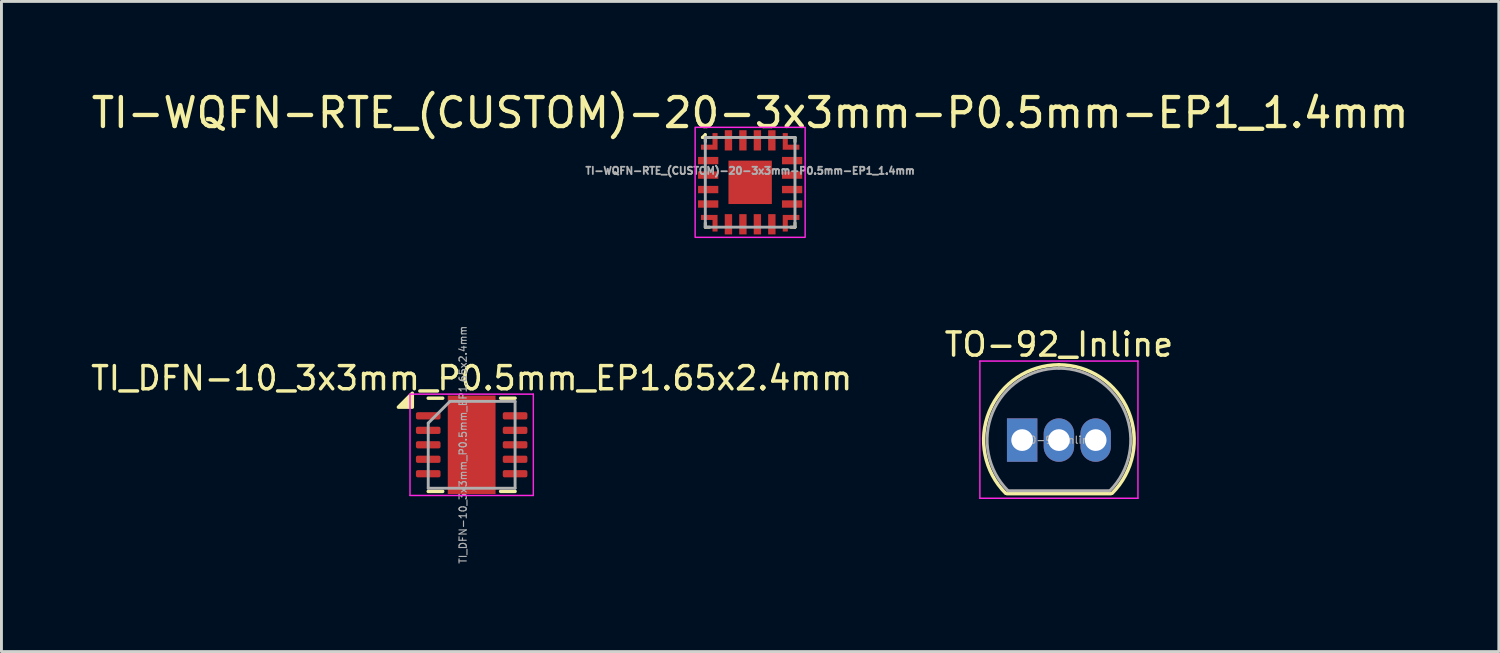
<source format=kicad_pcb>
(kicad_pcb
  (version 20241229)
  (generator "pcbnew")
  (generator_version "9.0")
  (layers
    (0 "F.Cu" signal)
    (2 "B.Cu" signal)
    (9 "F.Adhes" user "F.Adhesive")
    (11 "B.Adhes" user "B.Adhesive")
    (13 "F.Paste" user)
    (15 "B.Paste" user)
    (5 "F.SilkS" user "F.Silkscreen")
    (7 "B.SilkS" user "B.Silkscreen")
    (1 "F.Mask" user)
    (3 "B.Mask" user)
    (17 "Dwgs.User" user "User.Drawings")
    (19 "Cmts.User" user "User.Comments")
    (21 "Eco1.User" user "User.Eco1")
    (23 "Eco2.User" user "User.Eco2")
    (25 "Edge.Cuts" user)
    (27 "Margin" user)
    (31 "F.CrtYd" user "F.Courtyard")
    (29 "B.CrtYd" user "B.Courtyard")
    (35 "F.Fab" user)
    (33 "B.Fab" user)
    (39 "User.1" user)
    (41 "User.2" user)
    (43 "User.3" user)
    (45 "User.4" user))
  (footprint "TO-92_Inline"
    (layer "F.Cu")
    (at 33.529 12.152)
    (property "Reference" "TO-92_Inline" (at 0 -3.3 0) (layer "F.SilkS") (effects (font (size 0.8 0.8) (thickness 0.12))))
    (attr through_hole)
    (fp_line (start -1.8 1.85) (end 1.8 1.85) (stroke (width 0.12) (type solid)) (layer "F.SilkS"))
    (fp_arc (start -1.838478 1.838478) (mid -2.402087 -0.994977) (end 0 -2.6) (stroke (width 0.12) (type solid)) (layer "F.SilkS"))
    (fp_arc (start 0 -2.6) (mid 2.402087 -0.994977) (end 1.838478 1.838478) (stroke (width 0.12) (type solid)) (layer "F.SilkS"))
    (fp_line (start -2.73 -2.73) (end -2.73 2.01) (stroke (width 0.05) (type solid)) (layer "F.CrtYd"))
    (fp_line (start -2.73 -2.73) (end 2.73 -2.73) (stroke (width 0.05) (type solid)) (layer "F.CrtYd"))
    (fp_line (start 2.73 2.01) (end -2.73 2.01) (stroke (width 0.05) (type solid)) (layer "F.CrtYd"))
    (fp_line (start 2.73 2.01) (end 2.73 -2.73) (stroke (width 0.05) (type solid)) (layer "F.CrtYd"))
    (fp_line (start -1.77 1.75) (end 1.73 1.75) (stroke (width 0.1) (type solid)) (layer "F.Fab"))
    (fp_arc (start -1.753625 1.753625) (mid -2.291221 -0.949055) (end 0 -2.48) (stroke (width 0.1) (type solid)) (layer "F.Fab"))
    (fp_arc (start 0 -2.48) (mid 2.291221 -0.949055) (end 1.753625 1.753625) (stroke (width 0.1) (type solid)) (layer "F.Fab"))
    (fp_text user "${REFERENCE}" (at 0 0 0) (layer "F.Fab") (effects (font (size 0.25 0.25) (thickness 0.04))))
    (pad "1" thru_hole rect (at -1.27 0) (size 1.05 1.5) (drill 0.75) (layers "*.Cu" "*.Mask"))
    (pad "2" thru_hole oval (at 0 0) (size 1.05 1.5) (drill 0.75) (layers "*.Cu" "*.Mask"))
    (pad "3" thru_hole oval (at 1.27 0) (size 1.05 1.5) (drill 0.75) (layers "*.Cu" "*.Mask")))
  (footprint "TI_DFN-10_3x3mm_P0.5mm_EP1.65x2.4mm"
    (layer "F.Cu")
    (at 13.243 12.315)
    (property "Reference" "TI_DFN-10_3x3mm_P0.5mm_EP1.65x2.4mm" (at 0 -2.3 0) (layer "F.SilkS") (effects (font (size 0.8 0.8) (thickness 0.12))))
    (attr smd)
    (fp_line (start -1.5 -1.61) (end -1 -1.61) (stroke (width 0.12) (type solid)) (layer "F.SilkS"))
    (fp_line (start -1.5 1.61) (end -1 1.61) (stroke (width 0.12) (type solid)) (layer "F.SilkS"))
    (fp_line (start 1 -1.61) (end 1.5 -1.61) (stroke (width 0.12) (type solid)) (layer "F.SilkS"))
    (fp_line (start 1 1.61) (end 1.5 1.61) (stroke (width 0.12) (type solid)) (layer "F.SilkS"))
    (fp_poly (pts (xy -2.05 -1.3) (xy -2.53 -1.3) (xy -2.05 -1.78) (xy -2.05 -1.3)) (stroke (width 0.12) (type solid)) (fill yes) (layer "F.SilkS"))
    (fp_line (start -2.13 -1.75) (end -2.13 1.75) (stroke (width 0.05) (type solid)) (layer "F.CrtYd"))
    (fp_line (start -2.13 1.75) (end 2.13 1.75) (stroke (width 0.05) (type solid)) (layer "F.CrtYd"))
    (fp_line (start 2.13 -1.75) (end -2.13 -1.75) (stroke (width 0.05) (type solid)) (layer "F.CrtYd"))
    (fp_line (start 2.13 1.75) (end 2.13 -1.75) (stroke (width 0.05) (type solid)) (layer "F.CrtYd"))
    (fp_line (start -1.5 -0.75) (end -0.75 -1.5) (stroke (width 0.1) (type solid)) (layer "F.Fab"))
    (fp_line (start -1.5 1.5) (end -1.5 -0.75) (stroke (width 0.1) (type solid)) (layer "F.Fab"))
    (fp_line (start -0.75 -1.5) (end 1.5 -1.5) (stroke (width 0.1) (type solid)) (layer "F.Fab"))
    (fp_line (start 1.5 -1.5) (end 1.5 1.5) (stroke (width 0.1) (type solid)) (layer "F.Fab"))
    (fp_line (start 1.5 1.5) (end -1.5 1.5) (stroke (width 0.1) (type solid)) (layer "F.Fab"))
    (fp_text user "${REFERENCE}" (at -0.3 0 90) (layer "F.Fab") (effects (font (size 0.25 0.25) (thickness 0.04))))
    (pad "" smd roundrect (at -0.41 -0.595) (size 0.67 0.96) (layers "F.Paste") (roundrect_rratio 0.25))
    (pad "" smd roundrect (at -0.41 0.595) (size 0.67 0.96) (layers "F.Paste") (roundrect_rratio 0.25))
    (pad "" smd roundrect (at 0.41 -0.595) (size 0.67 0.96) (layers "F.Paste") (roundrect_rratio 0.25))
    (pad "" smd roundrect (at 0.41 0.595) (size 0.67 0.96) (layers "F.Paste") (roundrect_rratio 0.25))
    (pad "1" smd roundrect (at -1.5 -1) (size 0.85 0.25) (layers "F.Cu" "F.Mask" "F.Paste") (roundrect_rratio 0.25))
    (pad "2" smd roundrect (at -1.5 -0.5) (size 0.85 0.25) (layers "F.Cu" "F.Mask" "F.Paste") (roundrect_rratio 0.25))
    (pad "3" smd roundrect (at -1.5 0) (size 0.85 0.25) (layers "F.Cu" "F.Mask" "F.Paste") (roundrect_rratio 0.25))
    (pad "4" smd roundrect (at -1.5 0.5) (size 0.85 0.25) (layers "F.Cu" "F.Mask" "F.Paste") (roundrect_rratio 0.25))
    (pad "5" smd roundrect (at -1.5 1) (size 0.85 0.25) (layers "F.Cu" "F.Mask" "F.Paste") (roundrect_rratio 0.25))
    (pad "6" smd roundrect (at 1.5 1) (size 0.85 0.25) (layers "F.Cu" "F.Mask" "F.Paste") (roundrect_rratio 0.25))
    (pad "7" smd roundrect (at 1.5 0.5) (size 0.85 0.25) (layers "F.Cu" "F.Mask" "F.Paste") (roundrect_rratio 0.25))
    (pad "8" smd roundrect (at 1.5 0) (size 0.85 0.25) (layers "F.Cu" "F.Mask" "F.Paste") (roundrect_rratio 0.25))
    (pad "9" smd roundrect (at 1.5 -0.5) (size 0.85 0.25) (layers "F.Cu" "F.Mask" "F.Paste") (roundrect_rratio 0.25))
    (pad "10" smd roundrect (at 1.5 -1) (size 0.85 0.25) (layers "F.Cu" "F.Mask" "F.Paste") (roundrect_rratio 0.25))
    (pad "11" smd rect (at 0 0) (size 1.65 3.4) (property pad_prop_heatsink) (layers "F.Cu" "F.Mask")))
  (footprint "TI-WQFN-RTE_(CUSTOM)-20-3x3mm-P0.5mm-EP1_1.4mm"
    (layer "F.Cu")
    (at 22.863 3.248)
    (property "Reference" "TI-WQFN-RTE_(CUSTOM)-20-3x3mm-P0.5mm-EP1_1.4mm" (at 0 -2.4 0) (layer "F.SilkS") (effects (font (size 1 1) (thickness 0.15))))
    (attr smd)
    (fp_poly (pts (xy -1.7 1.3) (xy -1.7 1.125) (xy -1.125 1.125) (xy -1.125 1.7) (xy -1.3 1.7) (xy -1.3 1.3)) (stroke (width 0) (type solid)) (fill yes) (layer "F.Mask"))
    (fp_poly (pts (xy -1.3 -1.7) (xy -1.125 -1.7) (xy -1.125 -1.125) (xy -1.7 -1.125) (xy -1.7 -1.3) (xy -1.3 -1.3)) (stroke (width 0) (type solid)) (fill yes) (layer "F.Mask"))
    (fp_poly (pts (xy 1.3 1.7) (xy 1.125 1.7) (xy 1.125 1.125) (xy 1.7 1.125) (xy 1.7 1.3) (xy 1.3 1.3)) (stroke (width 0) (type solid)) (fill yes) (layer "F.Mask"))
    (fp_poly (pts (xy 1.7 -1.3) (xy 1.7 -1.125) (xy 1.125 -1.125) (xy 1.125 -1.7) (xy 1.3 -1.7) (xy 1.3 -1.3)) (stroke (width 0) (type solid)) (fill yes) (layer "F.Mask"))
    (fp_line (start -1.65 -1.55) (end -1.55 -1.55) (stroke (width 0.1) (type default)) (layer "F.SilkS"))
    (fp_line (start -1.55 -1.65) (end -1.65 -1.55) (stroke (width 0.1) (type default)) (layer "F.SilkS"))
    (fp_line (start -1.55 -1.55) (end -1.55 -1.65) (stroke (width 0.1) (type default)) (layer "F.SilkS"))
    (fp_line (start -1.55 -1.55) (end -1.55 -1.4) (stroke (width 0.1) (type default)) (layer "F.SilkS"))
    (fp_line (start -1.55 1.4) (end -1.55 1.55) (stroke (width 0.1) (type default)) (layer "F.SilkS"))
    (fp_line (start -1.55 1.55) (end -1.4 1.55) (stroke (width 0.1) (type default)) (layer "F.SilkS"))
    (fp_line (start -1.4 -1.55) (end -1.55 -1.55) (stroke (width 0.1) (type default)) (layer "F.SilkS"))
    (fp_line (start 1.4 1.55) (end 1.55 1.55) (stroke (width 0.1) (type default)) (layer "F.SilkS"))
    (fp_line (start 1.55 -1.55) (end 1.4 -1.55) (stroke (width 0.1) (type default)) (layer "F.SilkS"))
    (fp_line (start 1.55 -1.4) (end 1.55 -1.55) (stroke (width 0.1) (type default)) (layer "F.SilkS"))
    (fp_line (start 1.55 1.55) (end 1.55 1.4) (stroke (width 0.1) (type default)) (layer "F.SilkS"))
    (fp_rect (start -0.6 -0.6) (end 0.6 0.6) (stroke (width 0.1) (type solid)) (fill yes) (layer "F.Paste"))
    (fp_poly (pts (xy -1.7 1.3) (xy -1.7 1.125) (xy -1.125 1.125) (xy -1.125 1.7) (xy -1.3 1.7) (xy -1.3 1.3)) (stroke (width 0) (type solid)) (fill yes) (layer "F.Paste"))
    (fp_poly (pts (xy -1.3 -1.7) (xy -1.125 -1.7) (xy -1.125 -1.125) (xy -1.7 -1.125) (xy -1.7 -1.3) (xy -1.3 -1.3)) (stroke (width 0) (type solid)) (fill yes) (layer "F.Paste"))
    (fp_poly (pts (xy 1.3 1.7) (xy 1.125 1.7) (xy 1.125 1.125) (xy 1.7 1.125) (xy 1.7 1.3) (xy 1.3 1.3)) (stroke (width 0) (type solid)) (fill yes) (layer "F.Paste"))
    (fp_poly (pts (xy 1.7 -1.3) (xy 1.7 -1.125) (xy 1.125 -1.125) (xy 1.125 -1.7) (xy 1.3 -1.7) (xy 1.3 -1.3)) (stroke (width 0) (type solid)) (fill yes) (layer "F.Paste"))
    (fp_rect (start -1.9 -1.9) (end 1.9 1.9) (stroke (width 0.05) (type default)) (fill no) (layer "F.CrtYd"))
    (fp_line (start -1.549 -1.549) (end -1.549 1.549) (stroke (width 0.1) (type solid)) (layer "F.Fab"))
    (fp_line (start -1.549 1.549) (end 1.549 1.549) (stroke (width 0.1) (type solid)) (layer "F.Fab"))
    (fp_line (start 1.549 -1.549) (end -1.549 -1.549) (stroke (width 0.1) (type solid)) (layer "F.Fab"))
    (fp_line (start 1.549 1.549) (end 1.549 -1.549) (stroke (width 0.1) (type solid)) (layer "F.Fab"))
    (fp_text user "${REFERENCE}" (at 0 -0.4 0) (layer "F.Fab") (effects (font (size 0.25 0.25) (thickness 0.062))))
    (pad "1" smd rect (at -1.45 -0.75) (size 0.7 0.254) (layers "F.Cu" "F.Mask" "F.Paste"))
    (pad "2" smd rect (at -1.45 -0.25) (size 0.7 0.254) (layers "F.Cu" "F.Mask" "F.Paste"))
    (pad "3" smd rect (at -1.45 0.25) (size 0.7 0.254) (layers "F.Cu" "F.Mask" "F.Paste"))
    (pad "4" smd rect (at -1.45 0.75) (size 0.7 0.254) (layers "F.Cu" "F.Mask" "F.Paste"))
    (pad "5" smd custom (at -1.413 1.413 90) (size 0.001 0.001) (layers "F.Cu") (options (anchor rect)) (primitives (gr_poly (pts (xy 0.287 0.287) (xy -0.287 0.287) (xy -0.287 0.113) (xy 0.113 0.113) (xy 0.113 -0.287) (xy 0.287 -0.287)) (width 0) (fill yes))))
    (pad "6" smd rect (at -0.75 1.45 90) (size 0.7 0.254) (layers "F.Cu" "F.Mask" "F.Paste"))
    (pad "7" smd rect (at -0.25 1.45 90) (size 0.7 0.254) (layers "F.Cu" "F.Mask" "F.Paste"))
    (pad "8" smd rect (at 0.25 1.45 90) (size 0.7 0.254) (layers "F.Cu" "F.Mask" "F.Paste"))
    (pad "9" smd rect (at 0.75 1.45 90) (size 0.7 0.254) (layers "F.Cu" "F.Mask" "F.Paste"))
    (pad "10" smd custom (at 1.413 1.413 180) (size 0.001 0.001) (layers "F.Cu") (options (anchor rect)) (primitives (gr_poly (pts (xy 0.287 0.287) (xy -0.287 0.287) (xy -0.287 0.113) (xy 0.113 0.113) (xy 0.113 -0.287) (xy 0.287 -0.287)) (width 0) (fill yes))))
    (pad "11" smd rect (at 1.45 0.75) (size 0.7 0.254) (layers "F.Cu" "F.Mask" "F.Paste"))
    (pad "12" smd rect (at 1.45 0.25) (size 0.7 0.254) (layers "F.Cu" "F.Mask" "F.Paste"))
    (pad "13" smd rect (at 1.45 -0.25) (size 0.7 0.254) (layers "F.Cu" "F.Mask" "F.Paste"))
    (pad "14" smd rect (at 1.45 -0.75) (size 0.7 0.254) (layers "F.Cu" "F.Mask" "F.Paste"))
    (pad "15" smd custom (at 1.413 -1.413 270) (size 0.001 0.001) (layers "F.Cu") (options (anchor rect)) (primitives (gr_poly (pts (xy 0.287 0.287) (xy -0.287 0.287) (xy -0.287 0.113) (xy 0.113 0.113) (xy 0.113 -0.287) (xy 0.287 -0.287)) (width 0) (fill yes))))
    (pad "16" smd rect (at 0.75 -1.45 90) (size 0.7 0.254) (layers "F.Cu" "F.Mask" "F.Paste"))
    (pad "17" smd rect (at 0.25 -1.45 90) (size 0.7 0.254) (layers "F.Cu" "F.Mask" "F.Paste"))
    (pad "18" smd rect (at -0.25 -1.45 90) (size 0.7 0.254) (layers "F.Cu" "F.Mask" "F.Paste"))
    (pad "19" smd rect (at -0.75 -1.45 90) (size 0.7 0.254) (layers "F.Cu" "F.Mask" "F.Paste"))
    (pad "20" smd custom (at -1.413 -1.413) (size 0.001 0.001) (layers "F.Cu") (options (anchor rect)) (primitives (gr_poly (pts (xy 0.287 0.287) (xy -0.287 0.287) (xy -0.287 0.113) (xy 0.113 0.113) (xy 0.113 -0.287) (xy 0.287 -0.287)) (width 0) (fill yes))))
    (pad "21" smd rect (at 0 0) (size 1.499 1.499) (layers "F.Cu" "F.Mask")))
  (gr_rect
    (start -3 -3)
    (end 48.726 19.458)
    (stroke (width 0.1) (type default))
    (fill no)
    (layer "Edge.Cuts")))
</source>
